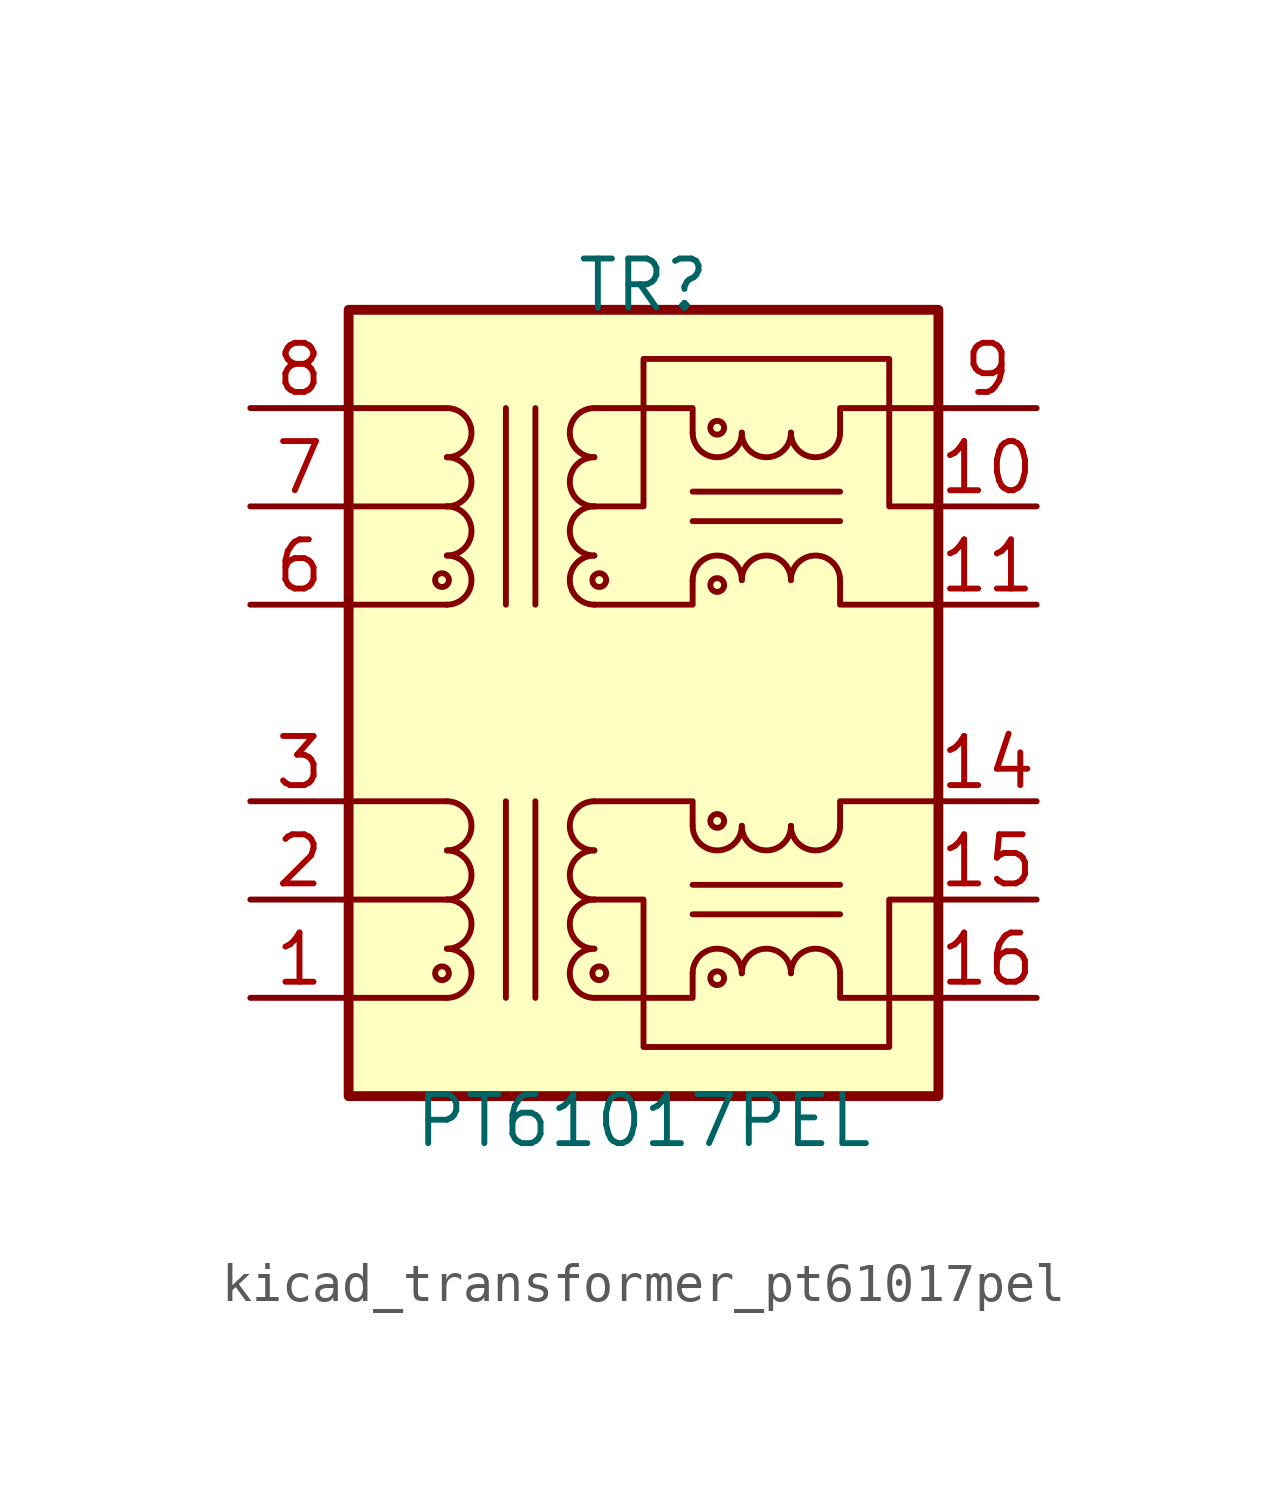
<source format=kicad_sym>
(kicad_symbol_lib
  (version 20220914)
  (generator kicad_symbol_editor)
  (symbol "kicad_transformer_pt61017pel"
    (pin_names hide)
    (property "Reference" "TR"
      (at 0 10.795 0)
      (effects (font (size 1.27 1.27))))
    (property "Value" "PT61017PEL"
      (at 0 -10.795 0)
      (effects (font (size 1.27 1.27))))
    (symbol "kicad_transformer_pt61017pel_0_1"
      (rectangle (start -7.62 10.16) (end 7.62 -10.16) (stroke (width 0.254) (type default)) (fill (type background)))
      (circle (center -5.207 3.175) (radius 0.178) (stroke (width 0) (type default)) (fill (type none)))
      (arc (start -5.08 6.35) (mid -4.4477 6.985) (end -5.08 7.62) (stroke (width 0) (type default)) (fill (type none)))
      (polyline (pts (xy -5.08 2.54) (xy -7.62 2.54)) (stroke (width 0) (type default)) (fill (type none)))
      (polyline (pts (xy -5.08 5.08) (xy -7.62 5.08)) (stroke (width 0) (type default)) (fill (type none)))
      (polyline (pts (xy -5.08 7.62) (xy -7.62 7.62)) (stroke (width 0) (type default)) (fill (type none)))
      (polyline (pts (xy -3.556 -2.54) (xy -3.556 -7.62)) (stroke (width 0) (type default)) (fill (type none)))
      (polyline (pts (xy -3.556 2.54) (xy -3.556 7.62)) (stroke (width 0) (type default)) (fill (type none)))
      (polyline (pts (xy -2.794 -7.62) (xy -2.794 -2.54)) (stroke (width 0) (type default)) (fill (type none)))
      (polyline (pts (xy -2.794 7.62) (xy -2.794 2.54)) (stroke (width 0) (type default)) (fill (type none)))
      (polyline (pts (xy 1.27 4.699) (xy 5.08 4.699)) (stroke (width 0) (type default)) (fill (type none)))
      (polyline (pts (xy 1.27 5.461) (xy 5.08 5.461)) (stroke (width 0) (type default)) (fill (type none)))
      (polyline (pts (xy -1.27 2.54) (xy 1.27 2.54) (xy 1.27 3.175)) (stroke (width 0) (type default)) (fill (type none)))
      (polyline (pts (xy 1.27 6.985) (xy 1.27 7.62) (xy -1.27 7.62)) (stroke (width 0) (type default)) (fill (type none)))
      (polyline (pts (xy 5.08 3.175) (xy 5.08 2.54) (xy 7.62 2.54)) (stroke (width 0) (type default)) (fill (type none)))
      (polyline (pts (xy 5.08 6.985) (xy 5.08 7.62) (xy 7.62 7.62)) (stroke (width 0) (type default)) (fill (type none)))
      (polyline (pts (xy -1.27 5.08) (xy 0 5.08) (xy 0 8.89) (xy 6.35 8.89) (xy 6.35 5.08) (xy 7.62 5.08)) (stroke (width 0) (type default)) (fill (type none))))
    (symbol "kicad_transformer_pt61017pel_1_1"
      (circle (center -5.207 -6.985) (radius 0.178) (stroke (width 0) (type default)) (fill (type none)))
      (arc (start -5.08 -7.62) (mid -4.4477 -6.985) (end -5.08 -6.35) (stroke (width 0) (type default)) (fill (type none)))
      (arc (start -5.08 -6.35) (mid -4.4477 -5.715) (end -5.08 -5.08) (stroke (width 0) (type default)) (fill (type none)))
      (arc (start -5.08 -5.08) (mid -4.4477 -4.445) (end -5.08 -3.81) (stroke (width 0) (type default)) (fill (type none)))
      (arc (start -5.08 -3.81) (mid -4.4477 -3.175) (end -5.08 -2.54) (stroke (width 0) (type default)) (fill (type none)))
      (arc (start -5.08 2.54) (mid -4.4477 3.175) (end -5.08 3.81) (stroke (width 0) (type default)) (fill (type none)))
      (arc (start -5.08 3.81) (mid -4.4477 4.445) (end -5.08 5.08) (stroke (width 0) (type default)) (fill (type none)))
      (arc (start -5.08 5.08) (mid -4.4477 5.715) (end -5.08 6.35) (stroke (width 0) (type default)) (fill (type none)))
      (arc (start -1.27 -6.35) (mid -1.9023 -6.985) (end -1.27 -7.62) (stroke (width 0) (type default)) (fill (type none)))
      (arc (start -1.27 -5.08) (mid -1.9023 -5.715) (end -1.27 -6.35) (stroke (width 0) (type default)) (fill (type none)))
      (arc (start -1.27 -3.81) (mid -1.9023 -4.445) (end -1.27 -5.08) (stroke (width 0) (type default)) (fill (type none)))
      (arc (start -1.27 -2.54) (mid -1.9023 -3.175) (end -1.27 -3.81) (stroke (width 0) (type default)) (fill (type none)))
      (arc (start -1.27 3.81) (mid -1.9023 3.175) (end -1.27 2.54) (stroke (width 0) (type default)) (fill (type none)))
      (arc (start -1.27 5.08) (mid -1.9023 4.445) (end -1.27 3.81) (stroke (width 0) (type default)) (fill (type none)))
      (arc (start -1.27 6.35) (mid -1.9023 5.715) (end -1.27 5.08) (stroke (width 0) (type default)) (fill (type none)))
      (arc (start -1.27 7.62) (mid -1.9023 6.985) (end -1.27 6.35) (stroke (width 0) (type default)) (fill (type none)))
      (circle (center -1.143 -6.985) (radius 0.178) (stroke (width 0) (type default)) (fill (type none)))
      (circle (center -1.143 3.175) (radius 0.178) (stroke (width 0) (type default)) (fill (type none)))
      (polyline (pts (xy -5.08 -7.62) (xy -7.62 -7.62)) (stroke (width 0) (type default)) (fill (type none)))
      (polyline (pts (xy -5.08 -5.08) (xy -7.62 -5.08)) (stroke (width 0) (type default)) (fill (type none)))
      (polyline (pts (xy -5.08 -2.54) (xy -7.62 -2.54)) (stroke (width 0) (type default)) (fill (type none)))
      (polyline (pts (xy 1.27 -5.461) (xy 5.08 -5.461)) (stroke (width 0) (type default)) (fill (type none)))
      (polyline (pts (xy 1.27 -4.699) (xy 5.08 -4.699)) (stroke (width 0) (type default)) (fill (type none)))
      (polyline (pts (xy -1.27 -7.62) (xy 1.27 -7.62) (xy 1.27 -6.985)) (stroke (width 0) (type default)) (fill (type none)))
      (polyline (pts (xy 1.27 -3.175) (xy 1.27 -2.54) (xy -1.27 -2.54)) (stroke (width 0) (type default)) (fill (type none)))
      (polyline (pts (xy 5.08 -6.985) (xy 5.08 -7.62) (xy 7.62 -7.62)) (stroke (width 0) (type default)) (fill (type none)))
      (polyline (pts (xy 5.08 -3.175) (xy 5.08 -2.54) (xy 7.62 -2.54)) (stroke (width 0) (type default)) (fill (type none)))
      (polyline (pts (xy 7.62 -5.08) (xy 6.35 -5.08) (xy 6.35 -8.89) (xy 0 -8.89) (xy 0 -5.08) (xy -1.27 -5.08)) (stroke (width 0) (type default)) (fill (type none)))
      (arc (start 1.27 -3.175) (mid 1.905 -3.8073) (end 2.54 -3.175) (stroke (width 0) (type default)) (fill (type none)))
      (arc (start 1.27 6.985) (mid 1.905 6.3527) (end 2.54 6.985) (stroke (width 0) (type default)) (fill (type none)))
      (circle (center 1.905 -7.112) (radius 0.178) (stroke (width 0) (type default)) (fill (type none)))
      (circle (center 1.905 -3.048) (radius 0.178) (stroke (width 0) (type default)) (fill (type none)))
      (circle (center 1.905 3.048) (radius 0.178) (stroke (width 0) (type default)) (fill (type none)))
      (circle (center 1.905 7.112) (radius 0.178) (stroke (width 0) (type default)) (fill (type none)))
      (arc (start 2.54 -6.985) (mid 1.905 -6.3527) (end 1.27 -6.985) (stroke (width 0) (type default)) (fill (type none)))
      (arc (start 2.54 -3.175) (mid 3.175 -3.8073) (end 3.81 -3.175) (stroke (width 0) (type default)) (fill (type none)))
      (arc (start 2.54 3.175) (mid 1.905 3.8073) (end 1.27 3.175) (stroke (width 0) (type default)) (fill (type none)))
      (arc (start 2.54 6.985) (mid 3.175 6.3527) (end 3.81 6.985) (stroke (width 0) (type default)) (fill (type none)))
      (arc (start 3.81 -6.985) (mid 3.175 -6.3527) (end 2.54 -6.985) (stroke (width 0) (type default)) (fill (type none)))
      (arc (start 3.81 -3.175) (mid 4.445 -3.8073) (end 5.08 -3.175) (stroke (width 0) (type default)) (fill (type none)))
      (arc (start 3.81 3.175) (mid 3.175 3.8073) (end 2.54 3.175) (stroke (width 0) (type default)) (fill (type none)))
      (arc (start 3.81 6.985) (mid 4.445 6.3527) (end 5.08 6.985) (stroke (width 0) (type default)) (fill (type none)))
      (arc (start 5.08 -6.985) (mid 4.445 -6.3527) (end 3.81 -6.985) (stroke (width 0) (type default)) (fill (type none)))
      (arc (start 5.08 3.175) (mid 4.445 3.8073) (end 3.81 3.175) (stroke (width 0) (type default)) (fill (type none)))
      (pin passive line (at -10.16 -7.62 0) (length 2.54) (name "TD+" (effects (font (size 1.27 1.27)))) (number "1" (effects (font (size 1.27 1.27)))))
      (pin passive line (at 10.16 5.08 180) (length 2.54) (name "C_RX" (effects (font (size 1.27 1.27)))) (number "10" (effects (font (size 1.27 1.27)))))
      (pin passive line (at 10.16 2.54 180) (length 2.54) (name "RX+" (effects (font (size 1.27 1.27)))) (number "11" (effects (font (size 1.27 1.27)))))
      (pin passive line (at 10.16 -2.54 180) (length 2.54) (name "TX-" (effects (font (size 1.27 1.27)))) (number "14" (effects (font (size 1.27 1.27)))))
      (pin passive line (at 10.16 -5.08 180) (length 2.54) (name "C_TX" (effects (font (size 1.27 1.27)))) (number "15" (effects (font (size 1.27 1.27)))))
      (pin passive line (at 10.16 -7.62 180) (length 2.54) (name "TX+" (effects (font (size 1.27 1.27)))) (number "16" (effects (font (size 1.27 1.27)))))
      (pin passive line (at -10.16 -5.08 0) (length 2.54) (name "C_TD" (effects (font (size 1.27 1.27)))) (number "2" (effects (font (size 1.27 1.27)))))
      (pin passive line (at -10.16 -2.54 0) (length 2.54) (name "TD-" (effects (font (size 1.27 1.27)))) (number "3" (effects (font (size 1.27 1.27)))))
      (pin passive line (at -10.16 2.54 0) (length 2.54) (name "RD+" (effects (font (size 1.27 1.27)))) (number "6" (effects (font (size 1.27 1.27)))))
      (pin passive line (at -10.16 5.08 0) (length 2.54) (name "C_RD" (effects (font (size 1.27 1.27)))) (number "7" (effects (font (size 1.27 1.27)))))
      (pin passive line (at -10.16 7.62 0) (length 2.54) (name "RD-" (effects (font (size 1.27 1.27)))) (number "8" (effects (font (size 1.27 1.27)))))
      (pin passive line (at 10.16 7.62 180) (length 2.54) (name "RX-" (effects (font (size 1.27 1.27)))) (number "9" (effects (font (size 1.27 1.27))))))))
</source>
